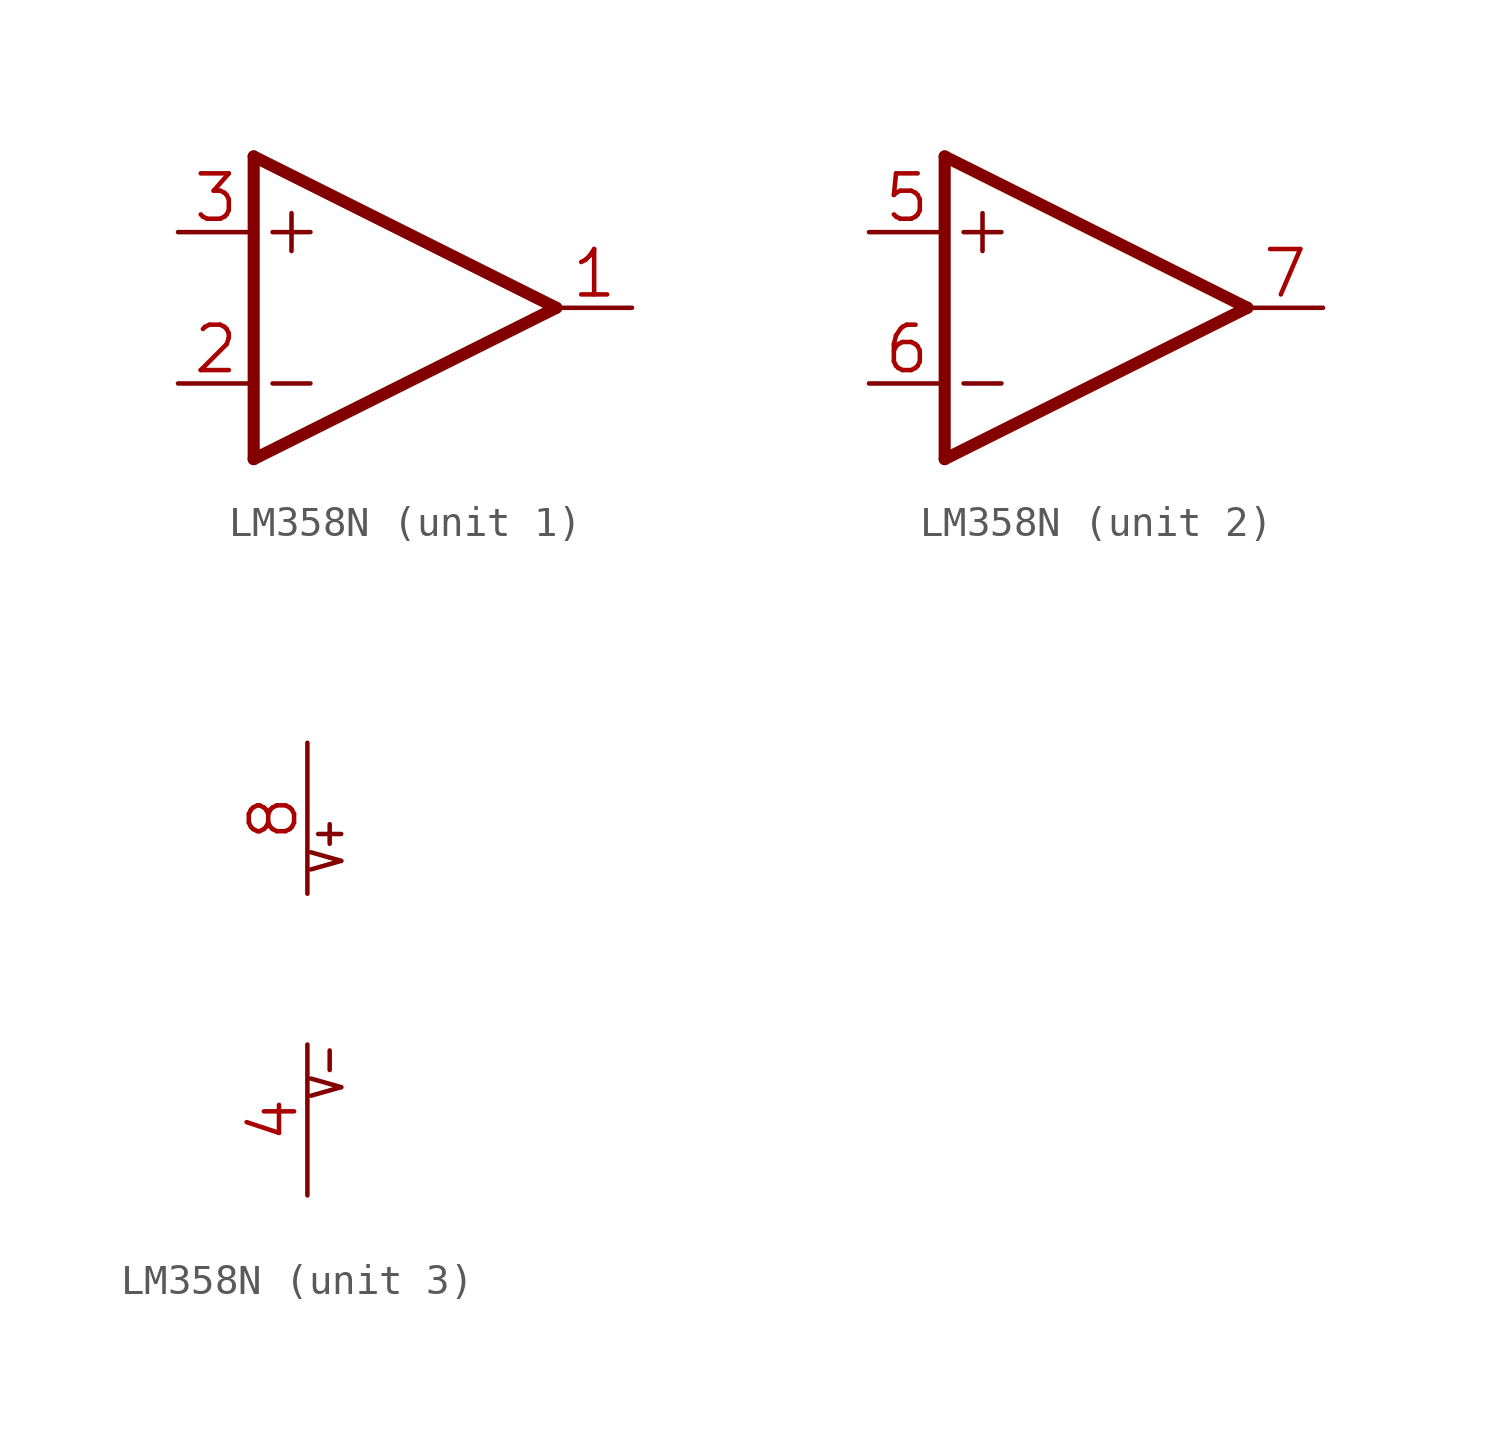
<source format=kicad_sym>
(kicad_symbol_lib
  (version 20241209)
  (generator "kicad_symbol_editor")
  (generator_version "9.0")
  (symbol "LM358N"
    (property "Reference" "IC"
      (at 2.54 3.175 0)
      (effects (font (size 1.626 1.382)) (justify left bottom) (hide yes)))
    (property "ki_locked" ""
      (at 0 0 0)
      (effects (font (size 1.27 1.27))))
    (symbol "LM358N_1_0"
      (polyline (pts (xy -5.08 5.08) (xy -5.08 -5.08)) (stroke (width 0.406) (type solid)) (fill (type none)))
      (polyline (pts (xy -5.08 -5.08) (xy 5.08 0)) (stroke (width 0.406) (type solid)) (fill (type none)))
      (polyline (pts (xy -4.445 2.54) (xy -3.175 2.54)) (stroke (width 0.152) (type solid)) (fill (type none)))
      (polyline (pts (xy -4.445 -2.54) (xy -3.175 -2.54)) (stroke (width 0.152) (type solid)) (fill (type none)))
      (polyline (pts (xy -3.81 3.175) (xy -3.81 1.905)) (stroke (width 0.152) (type solid)) (fill (type none)))
      (polyline (pts (xy 5.08 0) (xy -5.08 5.08)) (stroke (width 0.406) (type solid)) (fill (type none)))
      (pin input line (at -7.62 2.54 0) (length 2.54) (name "+IN" (effects (font (size 0 0)))) (number "3" (effects (font (size 1.524 1.524)))))
      (pin input line (at -7.62 -2.54 0) (length 2.54) (name "-IN" (effects (font (size 0 0)))) (number "2" (effects (font (size 1.524 1.524)))))
      (pin output line (at 7.62 0 180) (length 2.54) (name "OUT" (effects (font (size 0 0)))) (number "1" (effects (font (size 1.524 1.524))))))
    (symbol "LM358N_2_0"
      (polyline (pts (xy -5.08 5.08) (xy -5.08 -5.08)) (stroke (width 0.406) (type solid)) (fill (type none)))
      (polyline (pts (xy -5.08 -5.08) (xy 5.08 0)) (stroke (width 0.406) (type solid)) (fill (type none)))
      (polyline (pts (xy -4.445 2.54) (xy -3.175 2.54)) (stroke (width 0.152) (type solid)) (fill (type none)))
      (polyline (pts (xy -4.445 -2.54) (xy -3.175 -2.54)) (stroke (width 0.152) (type solid)) (fill (type none)))
      (polyline (pts (xy -3.81 3.175) (xy -3.81 1.905)) (stroke (width 0.152) (type solid)) (fill (type none)))
      (polyline (pts (xy 5.08 0) (xy -5.08 5.08)) (stroke (width 0.406) (type solid)) (fill (type none)))
      (pin input line (at -7.62 2.54 0) (length 2.54) (name "+IN" (effects (font (size 0 0)))) (number "5" (effects (font (size 1.524 1.524)))))
      (pin input line (at -7.62 -2.54 0) (length 2.54) (name "-IN" (effects (font (size 0 0)))) (number "6" (effects (font (size 1.524 1.524)))))
      (pin output line (at 7.62 0 180) (length 2.54) (name "OUT" (effects (font (size 0 0)))) (number "7" (effects (font (size 1.524 1.524))))))
    (symbol "LM358N_3_0"
      (text "V+" (at 1.27 3.175 900) (effects (font (size 1.016 0.864)) (justify left bottom)))
      (text "V-" (at 1.27 -4.445 900) (effects (font (size 1.016 0.864)) (justify left bottom)))
      (pin power_in line (at 0 7.62 270) (length 5.08) (name "V+" (effects (font (size 0 0)))) (number "8" (effects (font (size 1.524 1.524)))))
      (pin power_in line (at 0 -7.62 90) (length 5.08) (name "V-" (effects (font (size 0 0)))) (number "4" (effects (font (size 1.524 1.524))))))))
</source>
